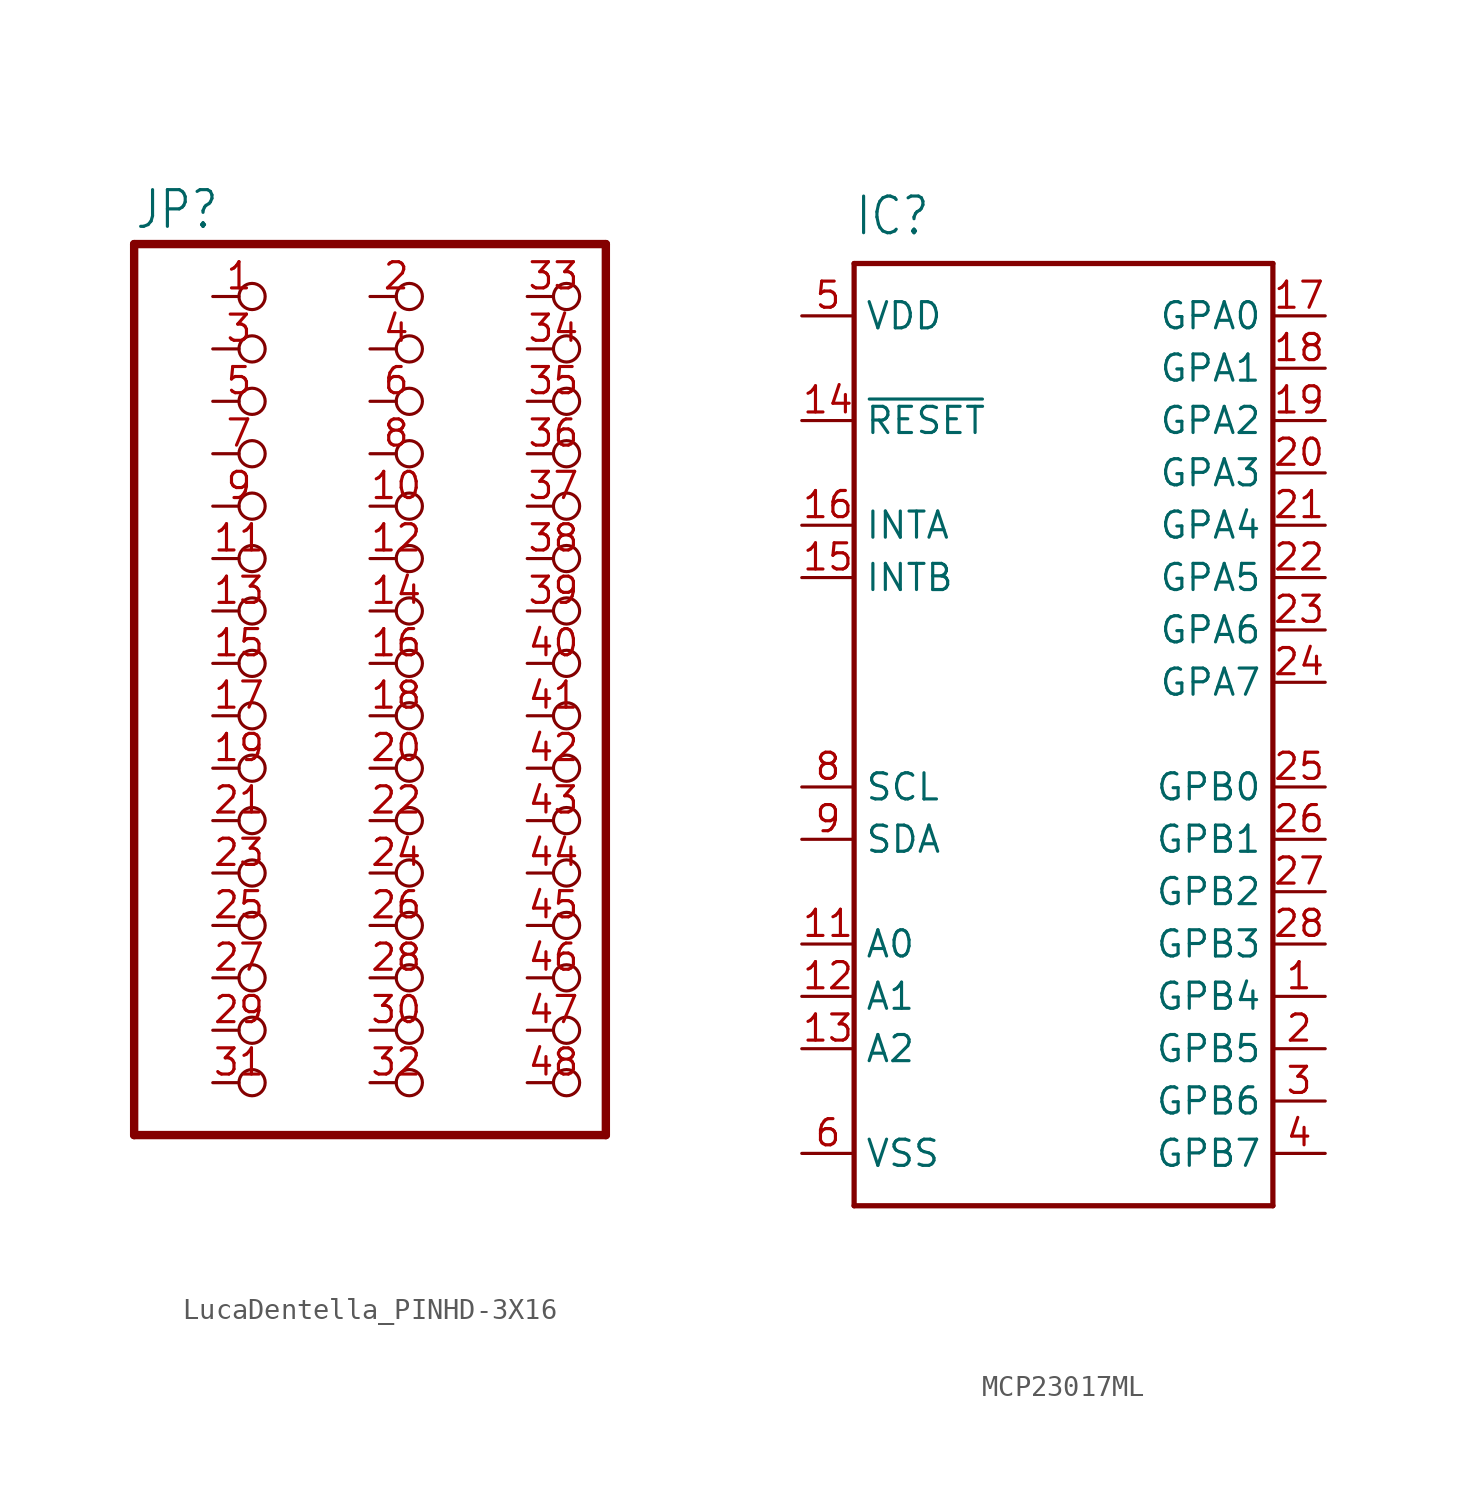
<source format=kicad_sym>
(kicad_symbol_lib
  (version 20231120)
  (generator "kicad_symbol_editor")
  (generator_version "8.0")
  (symbol "LucaDentella_PINHD-3X16"
    (property "Reference" "JP"
      (at -6.35 20.955 0)
      (effects (font (size 1.778 1.511)) (justify left bottom)))
    (property "Value" ""
      (at -6.35 -25.4 0)
      (effects (font (size 1.778 1.511)) (justify left bottom)))
    (property "ki_locked" ""
      (at 0 0 0)
      (effects (font (size 1.27 1.27))))
    (symbol "LucaDentella_PINHD-3X16_1_0"
      (polyline (pts (xy -6.35 -22.86) (xy 16.51 -22.86)) (stroke (width 0.406) (type solid)) (fill (type none)))
      (polyline (pts (xy -6.35 20.32) (xy -6.35 -22.86)) (stroke (width 0.406) (type solid)) (fill (type none)))
      (polyline (pts (xy 16.51 -22.86) (xy 16.51 20.32)) (stroke (width 0.406) (type solid)) (fill (type none)))
      (polyline (pts (xy 16.51 20.32) (xy -6.35 20.32)) (stroke (width 0.406) (type solid)) (fill (type none)))
      (pin passive inverted (at -2.54 17.78 0) (length 2.54) (name "1" (effects (font (size 0 0)))) (number "1" (effects (font (size 1.27 1.27)))))
      (pin passive inverted (at 5.08 7.62 0) (length 2.54) (name "10" (effects (font (size 0 0)))) (number "10" (effects (font (size 1.27 1.27)))))
      (pin passive inverted (at -2.54 5.08 0) (length 2.54) (name "11" (effects (font (size 0 0)))) (number "11" (effects (font (size 1.27 1.27)))))
      (pin passive inverted (at 5.08 5.08 0) (length 2.54) (name "12" (effects (font (size 0 0)))) (number "12" (effects (font (size 1.27 1.27)))))
      (pin passive inverted (at -2.54 2.54 0) (length 2.54) (name "13" (effects (font (size 0 0)))) (number "13" (effects (font (size 1.27 1.27)))))
      (pin passive inverted (at 5.08 2.54 0) (length 2.54) (name "14" (effects (font (size 0 0)))) (number "14" (effects (font (size 1.27 1.27)))))
      (pin passive inverted (at -2.54 0 0) (length 2.54) (name "15" (effects (font (size 0 0)))) (number "15" (effects (font (size 1.27 1.27)))))
      (pin passive inverted (at 5.08 0 0) (length 2.54) (name "16" (effects (font (size 0 0)))) (number "16" (effects (font (size 1.27 1.27)))))
      (pin passive inverted (at -2.54 -2.54 0) (length 2.54) (name "17" (effects (font (size 0 0)))) (number "17" (effects (font (size 1.27 1.27)))))
      (pin passive inverted (at 5.08 -2.54 0) (length 2.54) (name "18" (effects (font (size 0 0)))) (number "18" (effects (font (size 1.27 1.27)))))
      (pin passive inverted (at -2.54 -5.08 0) (length 2.54) (name "19" (effects (font (size 0 0)))) (number "19" (effects (font (size 1.27 1.27)))))
      (pin passive inverted (at 5.08 17.78 0) (length 2.54) (name "2" (effects (font (size 0 0)))) (number "2" (effects (font (size 1.27 1.27)))))
      (pin passive inverted (at 5.08 -5.08 0) (length 2.54) (name "20" (effects (font (size 0 0)))) (number "20" (effects (font (size 1.27 1.27)))))
      (pin passive inverted (at -2.54 -7.62 0) (length 2.54) (name "21" (effects (font (size 0 0)))) (number "21" (effects (font (size 1.27 1.27)))))
      (pin passive inverted (at 5.08 -7.62 0) (length 2.54) (name "22" (effects (font (size 0 0)))) (number "22" (effects (font (size 1.27 1.27)))))
      (pin passive inverted (at -2.54 -10.16 0) (length 2.54) (name "23" (effects (font (size 0 0)))) (number "23" (effects (font (size 1.27 1.27)))))
      (pin passive inverted (at 5.08 -10.16 0) (length 2.54) (name "24" (effects (font (size 0 0)))) (number "24" (effects (font (size 1.27 1.27)))))
      (pin passive inverted (at -2.54 -12.7 0) (length 2.54) (name "25" (effects (font (size 0 0)))) (number "25" (effects (font (size 1.27 1.27)))))
      (pin passive inverted (at 5.08 -12.7 0) (length 2.54) (name "26" (effects (font (size 0 0)))) (number "26" (effects (font (size 1.27 1.27)))))
      (pin passive inverted (at -2.54 -15.24 0) (length 2.54) (name "27" (effects (font (size 0 0)))) (number "27" (effects (font (size 1.27 1.27)))))
      (pin passive inverted (at 5.08 -15.24 0) (length 2.54) (name "28" (effects (font (size 0 0)))) (number "28" (effects (font (size 1.27 1.27)))))
      (pin passive inverted (at -2.54 -17.78 0) (length 2.54) (name "29" (effects (font (size 0 0)))) (number "29" (effects (font (size 1.27 1.27)))))
      (pin passive inverted (at -2.54 15.24 0) (length 2.54) (name "3" (effects (font (size 0 0)))) (number "3" (effects (font (size 1.27 1.27)))))
      (pin passive inverted (at 5.08 -17.78 0) (length 2.54) (name "30" (effects (font (size 0 0)))) (number "30" (effects (font (size 1.27 1.27)))))
      (pin passive inverted (at -2.54 -20.32 0) (length 2.54) (name "31" (effects (font (size 0 0)))) (number "31" (effects (font (size 1.27 1.27)))))
      (pin passive inverted (at 5.08 -20.32 0) (length 2.54) (name "32" (effects (font (size 0 0)))) (number "32" (effects (font (size 1.27 1.27)))))
      (pin passive inverted (at 12.7 17.78 0) (length 2.54) (name "33" (effects (font (size 0 0)))) (number "33" (effects (font (size 1.27 1.27)))))
      (pin passive inverted (at 12.7 15.24 0) (length 2.54) (name "34" (effects (font (size 0 0)))) (number "34" (effects (font (size 1.27 1.27)))))
      (pin passive inverted (at 12.7 12.7 0) (length 2.54) (name "35" (effects (font (size 0 0)))) (number "35" (effects (font (size 1.27 1.27)))))
      (pin passive inverted (at 12.7 10.16 0) (length 2.54) (name "36" (effects (font (size 0 0)))) (number "36" (effects (font (size 1.27 1.27)))))
      (pin passive inverted (at 12.7 7.62 0) (length 2.54) (name "37" (effects (font (size 0 0)))) (number "37" (effects (font (size 1.27 1.27)))))
      (pin passive inverted (at 12.7 5.08 0) (length 2.54) (name "38" (effects (font (size 0 0)))) (number "38" (effects (font (size 1.27 1.27)))))
      (pin passive inverted (at 12.7 2.54 0) (length 2.54) (name "39" (effects (font (size 0 0)))) (number "39" (effects (font (size 1.27 1.27)))))
      (pin passive inverted (at 5.08 15.24 0) (length 2.54) (name "4" (effects (font (size 0 0)))) (number "4" (effects (font (size 1.27 1.27)))))
      (pin passive inverted (at 12.7 0 0) (length 2.54) (name "40" (effects (font (size 0 0)))) (number "40" (effects (font (size 1.27 1.27)))))
      (pin passive inverted (at 12.7 -2.54 0) (length 2.54) (name "41" (effects (font (size 0 0)))) (number "41" (effects (font (size 1.27 1.27)))))
      (pin passive inverted (at 12.7 -5.08 0) (length 2.54) (name "42" (effects (font (size 0 0)))) (number "42" (effects (font (size 1.27 1.27)))))
      (pin passive inverted (at 12.7 -7.62 0) (length 2.54) (name "43" (effects (font (size 0 0)))) (number "43" (effects (font (size 1.27 1.27)))))
      (pin passive inverted (at 12.7 -10.16 0) (length 2.54) (name "44" (effects (font (size 0 0)))) (number "44" (effects (font (size 1.27 1.27)))))
      (pin passive inverted (at 12.7 -12.7 0) (length 2.54) (name "45" (effects (font (size 0 0)))) (number "45" (effects (font (size 1.27 1.27)))))
      (pin passive inverted (at 12.7 -15.24 0) (length 2.54) (name "46" (effects (font (size 0 0)))) (number "46" (effects (font (size 1.27 1.27)))))
      (pin passive inverted (at 12.7 -17.78 0) (length 2.54) (name "47" (effects (font (size 0 0)))) (number "47" (effects (font (size 1.27 1.27)))))
      (pin passive inverted (at 12.7 -20.32 0) (length 2.54) (name "48" (effects (font (size 0 0)))) (number "48" (effects (font (size 1.27 1.27)))))
      (pin passive inverted (at -2.54 12.7 0) (length 2.54) (name "5" (effects (font (size 0 0)))) (number "5" (effects (font (size 1.27 1.27)))))
      (pin passive inverted (at 5.08 12.7 0) (length 2.54) (name "6" (effects (font (size 0 0)))) (number "6" (effects (font (size 1.27 1.27)))))
      (pin passive inverted (at -2.54 10.16 0) (length 2.54) (name "7" (effects (font (size 0 0)))) (number "7" (effects (font (size 1.27 1.27)))))
      (pin passive inverted (at 5.08 10.16 0) (length 2.54) (name "8" (effects (font (size 0 0)))) (number "8" (effects (font (size 1.27 1.27)))))
      (pin passive inverted (at -2.54 7.62 0) (length 2.54) (name "9" (effects (font (size 0 0)))) (number "9" (effects (font (size 1.27 1.27)))))))
  (symbol "MCP23017ML"
    (property "Reference" "IC"
      (at -10.16 24.13 0)
      (effects (font (size 1.778 1.511)) (justify left bottom)))
    (property "Value" ""
      (at -10.16 -25.4 0)
      (effects (font (size 1.778 1.511)) (justify left bottom)))
    (property "ki_locked" ""
      (at 0 0 0)
      (effects (font (size 1.27 1.27))))
    (symbol "MCP23017ML_1_0"
      (polyline (pts (xy -10.16 -22.86) (xy -10.16 22.86)) (stroke (width 0.254) (type solid)) (fill (type none)))
      (polyline (pts (xy -10.16 22.86) (xy 10.16 22.86)) (stroke (width 0.254) (type solid)) (fill (type none)))
      (polyline (pts (xy 10.16 -22.86) (xy -10.16 -22.86)) (stroke (width 0.254) (type solid)) (fill (type none)))
      (polyline (pts (xy 10.16 22.86) (xy 10.16 -22.86)) (stroke (width 0.254) (type solid)) (fill (type none)))
      (pin bidirectional line (at 12.7 -12.7 180) (length 2.54) (name "GPB4" (effects (font (size 1.27 1.27)))) (number "1" (effects (font (size 1.27 1.27)))))
      (pin input line (at -12.7 -10.16 0) (length 2.54) (name "A0" (effects (font (size 1.27 1.27)))) (number "11" (effects (font (size 1.27 1.27)))))
      (pin input line (at -12.7 -12.7 0) (length 2.54) (name "A1" (effects (font (size 1.27 1.27)))) (number "12" (effects (font (size 1.27 1.27)))))
      (pin input line (at -12.7 -15.24 0) (length 2.54) (name "A2" (effects (font (size 1.27 1.27)))) (number "13" (effects (font (size 1.27 1.27)))))
      (pin input line (at -12.7 15.24 0) (length 2.54) (name "~{RESET}" (effects (font (size 1.27 1.27)))) (number "14" (effects (font (size 1.27 1.27)))))
      (pin output line (at -12.7 7.62 0) (length 2.54) (name "INTB" (effects (font (size 1.27 1.27)))) (number "15" (effects (font (size 1.27 1.27)))))
      (pin output line (at -12.7 10.16 0) (length 2.54) (name "INTA" (effects (font (size 1.27 1.27)))) (number "16" (effects (font (size 1.27 1.27)))))
      (pin bidirectional line (at 12.7 20.32 180) (length 2.54) (name "GPA0" (effects (font (size 1.27 1.27)))) (number "17" (effects (font (size 1.27 1.27)))))
      (pin bidirectional line (at 12.7 17.78 180) (length 2.54) (name "GPA1" (effects (font (size 1.27 1.27)))) (number "18" (effects (font (size 1.27 1.27)))))
      (pin bidirectional line (at 12.7 15.24 180) (length 2.54) (name "GPA2" (effects (font (size 1.27 1.27)))) (number "19" (effects (font (size 1.27 1.27)))))
      (pin bidirectional line (at 12.7 -15.24 180) (length 2.54) (name "GPB5" (effects (font (size 1.27 1.27)))) (number "2" (effects (font (size 1.27 1.27)))))
      (pin bidirectional line (at 12.7 12.7 180) (length 2.54) (name "GPA3" (effects (font (size 1.27 1.27)))) (number "20" (effects (font (size 1.27 1.27)))))
      (pin bidirectional line (at 12.7 10.16 180) (length 2.54) (name "GPA4" (effects (font (size 1.27 1.27)))) (number "21" (effects (font (size 1.27 1.27)))))
      (pin bidirectional line (at 12.7 7.62 180) (length 2.54) (name "GPA5" (effects (font (size 1.27 1.27)))) (number "22" (effects (font (size 1.27 1.27)))))
      (pin bidirectional line (at 12.7 5.08 180) (length 2.54) (name "GPA6" (effects (font (size 1.27 1.27)))) (number "23" (effects (font (size 1.27 1.27)))))
      (pin bidirectional line (at 12.7 2.54 180) (length 2.54) (name "GPA7" (effects (font (size 1.27 1.27)))) (number "24" (effects (font (size 1.27 1.27)))))
      (pin bidirectional line (at 12.7 -2.54 180) (length 2.54) (name "GPB0" (effects (font (size 1.27 1.27)))) (number "25" (effects (font (size 1.27 1.27)))))
      (pin bidirectional line (at 12.7 -5.08 180) (length 2.54) (name "GPB1" (effects (font (size 1.27 1.27)))) (number "26" (effects (font (size 1.27 1.27)))))
      (pin bidirectional line (at 12.7 -7.62 180) (length 2.54) (name "GPB2" (effects (font (size 1.27 1.27)))) (number "27" (effects (font (size 1.27 1.27)))))
      (pin bidirectional line (at 12.7 -10.16 180) (length 2.54) (name "GPB3" (effects (font (size 1.27 1.27)))) (number "28" (effects (font (size 1.27 1.27)))))
      (pin bidirectional line (at 12.7 -17.78 180) (length 2.54) (name "GPB6" (effects (font (size 1.27 1.27)))) (number "3" (effects (font (size 1.27 1.27)))))
      (pin bidirectional line (at 12.7 -20.32 180) (length 2.54) (name "GPB7" (effects (font (size 1.27 1.27)))) (number "4" (effects (font (size 1.27 1.27)))))
      (pin power_in line (at -12.7 20.32 0) (length 2.54) (name "VDD" (effects (font (size 1.27 1.27)))) (number "5" (effects (font (size 1.27 1.27)))))
      (pin power_in line (at -12.7 -20.32 0) (length 2.54) (name "VSS" (effects (font (size 1.27 1.27)))) (number "6" (effects (font (size 1.27 1.27)))))
      (pin input line (at -12.7 -2.54 0) (length 2.54) (name "SCL" (effects (font (size 1.27 1.27)))) (number "8" (effects (font (size 1.27 1.27)))))
      (pin bidirectional line (at -12.7 -5.08 0) (length 2.54) (name "SDA" (effects (font (size 1.27 1.27)))) (number "9" (effects (font (size 1.27 1.27))))))))
</source>
